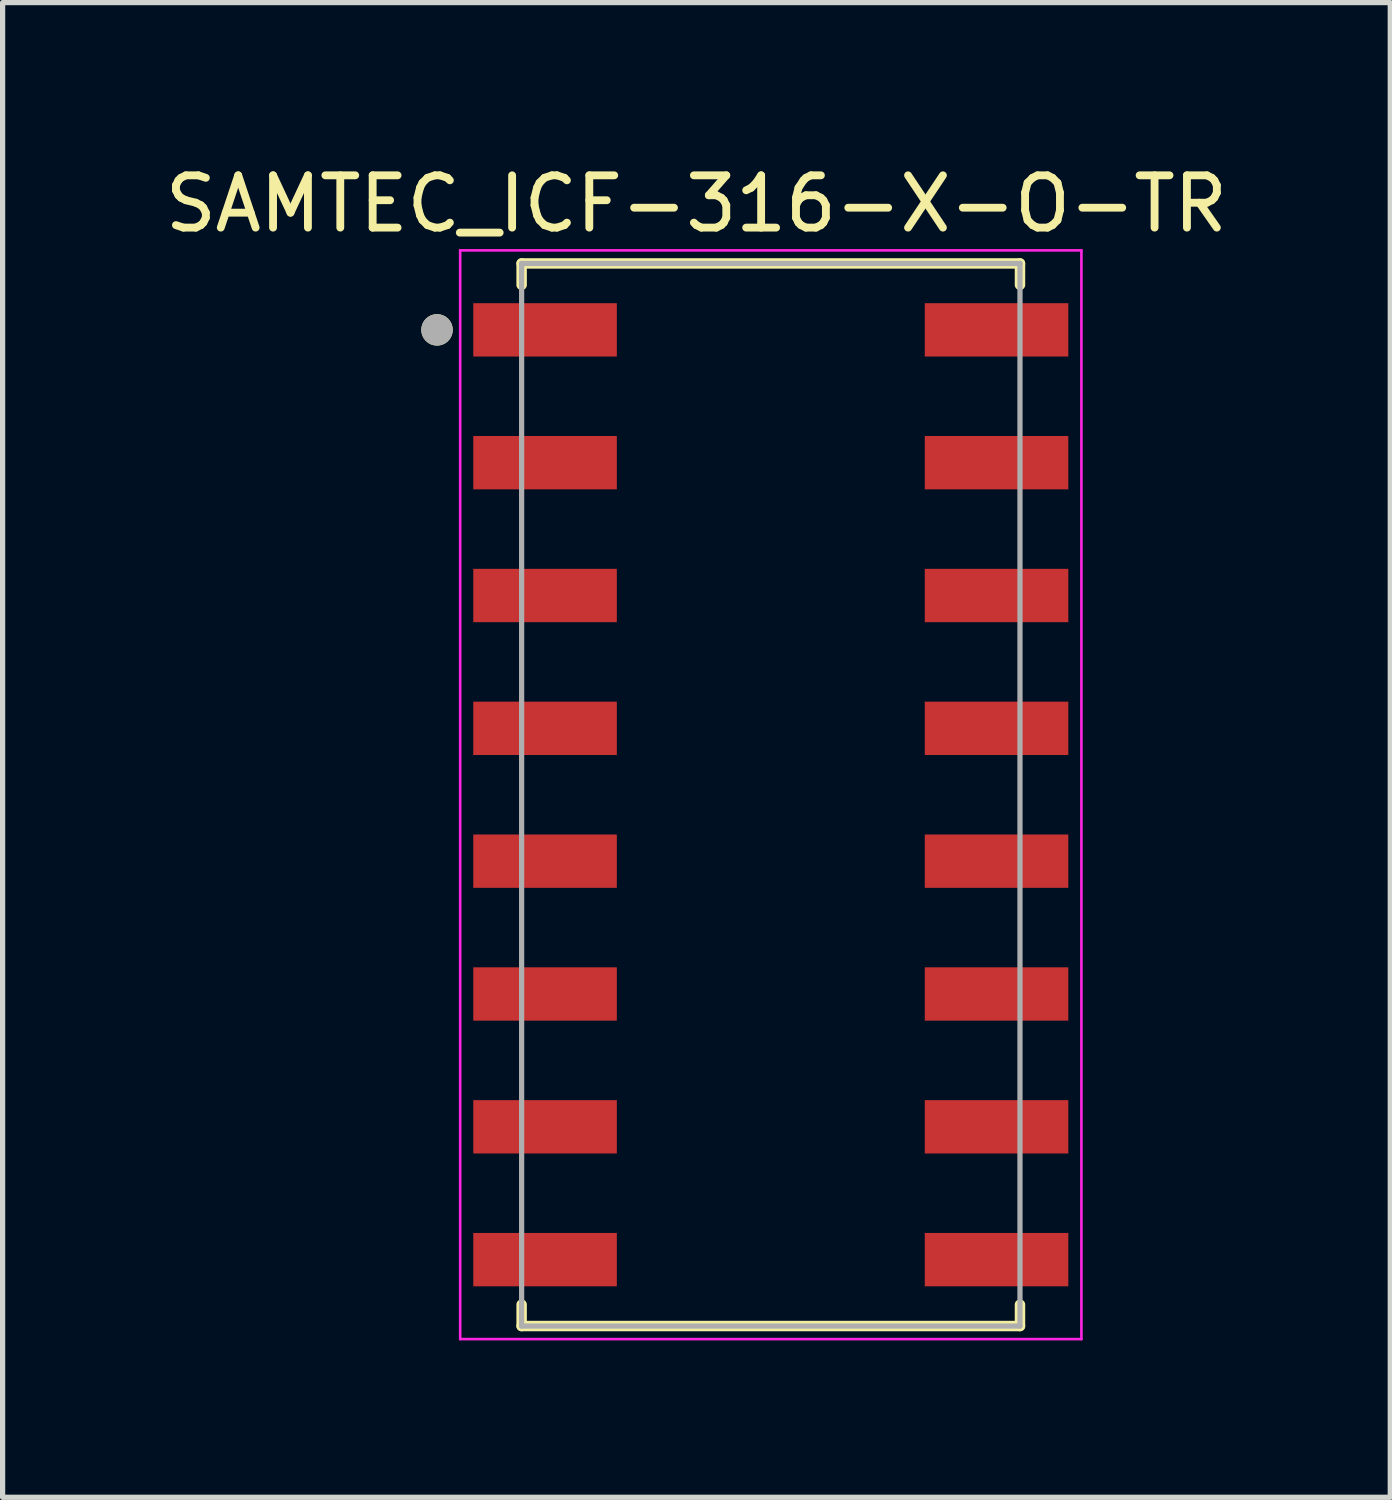
<source format=kicad_pcb>
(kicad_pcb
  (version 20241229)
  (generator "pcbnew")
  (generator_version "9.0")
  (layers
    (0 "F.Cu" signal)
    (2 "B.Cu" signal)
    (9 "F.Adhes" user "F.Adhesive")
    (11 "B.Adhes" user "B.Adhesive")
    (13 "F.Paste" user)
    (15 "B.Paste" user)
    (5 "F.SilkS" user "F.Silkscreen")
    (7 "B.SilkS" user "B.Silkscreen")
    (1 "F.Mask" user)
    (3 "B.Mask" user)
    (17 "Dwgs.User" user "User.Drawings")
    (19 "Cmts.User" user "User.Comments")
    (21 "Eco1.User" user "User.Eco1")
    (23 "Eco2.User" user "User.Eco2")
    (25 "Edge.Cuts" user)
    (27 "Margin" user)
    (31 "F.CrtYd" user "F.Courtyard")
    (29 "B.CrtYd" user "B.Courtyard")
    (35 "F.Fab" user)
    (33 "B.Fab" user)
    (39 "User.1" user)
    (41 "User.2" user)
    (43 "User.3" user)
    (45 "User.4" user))
  (footprint "SAMTEC_ICF-316-X-O-TR"
    (layer "F.Cu")
    (at 11.69 12.148)
    (property "Reference" "SAMTEC_ICF-316-X-O-TR" (at -1.423 -11.3 0) (layer "F.SilkS") (effects (font (size 1 1) (thickness 0.15))))
    (attr smd)
    (fp_line (start -4.765 -10.16) (end -4.765 -9.75) (stroke (width 0.2) (type solid)) (layer "F.SilkS"))
    (fp_line (start -4.765 10.16) (end -4.765 9.75) (stroke (width 0.2) (type solid)) (layer "F.SilkS"))
    (fp_line (start -4.765 10.16) (end 4.765 10.16) (stroke (width 0.2) (type solid)) (layer "F.SilkS"))
    (fp_line (start 4.765 -10.16) (end -4.765 -10.16) (stroke (width 0.2) (type solid)) (layer "F.SilkS"))
    (fp_line (start 4.765 -10.16) (end 4.765 -9.75) (stroke (width 0.2) (type solid)) (layer "F.SilkS"))
    (fp_line (start 4.765 10.16) (end 4.765 9.75) (stroke (width 0.2) (type solid)) (layer "F.SilkS"))
    (fp_circle (center -6.383 -8.89) (end -6.232 -8.89) (stroke (width 0.3) (type solid)) (fill no) (layer "F.SilkS"))
    (fp_line (start -5.94 -10.41) (end 5.94 -10.41) (stroke (width 0.05) (type solid)) (layer "F.CrtYd"))
    (fp_line (start -5.94 10.41) (end -5.94 -10.41) (stroke (width 0.05) (type solid)) (layer "F.CrtYd"))
    (fp_line (start 5.94 -10.41) (end 5.94 10.41) (stroke (width 0.05) (type solid)) (layer "F.CrtYd"))
    (fp_line (start 5.94 10.41) (end -5.94 10.41) (stroke (width 0.05) (type solid)) (layer "F.CrtYd"))
    (fp_line (start -4.765 -10.16) (end -4.765 10.16) (stroke (width 0.1) (type solid)) (layer "F.Fab"))
    (fp_line (start -4.765 10.16) (end 4.765 10.16) (stroke (width 0.1) (type solid)) (layer "F.Fab"))
    (fp_line (start 4.765 -10.16) (end -4.765 -10.16) (stroke (width 0.1) (type solid)) (layer "F.Fab"))
    (fp_line (start 4.765 10.16) (end 4.765 -10.16) (stroke (width 0.1) (type solid)) (layer "F.Fab"))
    (fp_circle (center -6.383 -8.89) (end -6.232 -8.89) (stroke (width 0.3) (type solid)) (fill no) (layer "F.Fab"))
    (pad "1" smd rect (at -4.317 -8.89) (size 2.745 1.02) (layers "F.Cu" "F.Mask" "F.Paste"))
    (pad "2" smd rect (at -4.317 -6.35) (size 2.745 1.02) (layers "F.Cu" "F.Mask" "F.Paste"))
    (pad "3" smd rect (at -4.317 -3.81) (size 2.745 1.02) (layers "F.Cu" "F.Mask" "F.Paste"))
    (pad "4" smd rect (at -4.317 -1.27) (size 2.745 1.02) (layers "F.Cu" "F.Mask" "F.Paste"))
    (pad "5" smd rect (at -4.317 1.27) (size 2.745 1.02) (layers "F.Cu" "F.Mask" "F.Paste"))
    (pad "6" smd rect (at -4.317 3.81) (size 2.745 1.02) (layers "F.Cu" "F.Mask" "F.Paste"))
    (pad "7" smd rect (at -4.317 6.35) (size 2.745 1.02) (layers "F.Cu" "F.Mask" "F.Paste"))
    (pad "8" smd rect (at -4.317 8.89) (size 2.745 1.02) (layers "F.Cu" "F.Mask" "F.Paste"))
    (pad "9" smd rect (at 4.317 8.89) (size 2.745 1.02) (layers "F.Cu" "F.Mask" "F.Paste"))
    (pad "10" smd rect (at 4.317 6.35) (size 2.745 1.02) (layers "F.Cu" "F.Mask" "F.Paste"))
    (pad "11" smd rect (at 4.317 3.81) (size 2.745 1.02) (layers "F.Cu" "F.Mask" "F.Paste"))
    (pad "12" smd rect (at 4.317 1.27) (size 2.745 1.02) (layers "F.Cu" "F.Mask" "F.Paste"))
    (pad "13" smd rect (at 4.317 -1.27) (size 2.745 1.02) (layers "F.Cu" "F.Mask" "F.Paste"))
    (pad "14" smd rect (at 4.317 -3.81) (size 2.745 1.02) (layers "F.Cu" "F.Mask" "F.Paste"))
    (pad "15" smd rect (at 4.317 -6.35) (size 2.745 1.02) (layers "F.Cu" "F.Mask" "F.Paste"))
    (pad "16" smd rect (at 4.317 -8.89) (size 2.745 1.02) (layers "F.Cu" "F.Mask" "F.Paste")))
  (gr_rect
    (start -3 -3)
    (end 23.536 25.583)
    (stroke (width 0.1) (type default))
    (fill no)
    (layer "Edge.Cuts")))
</source>
